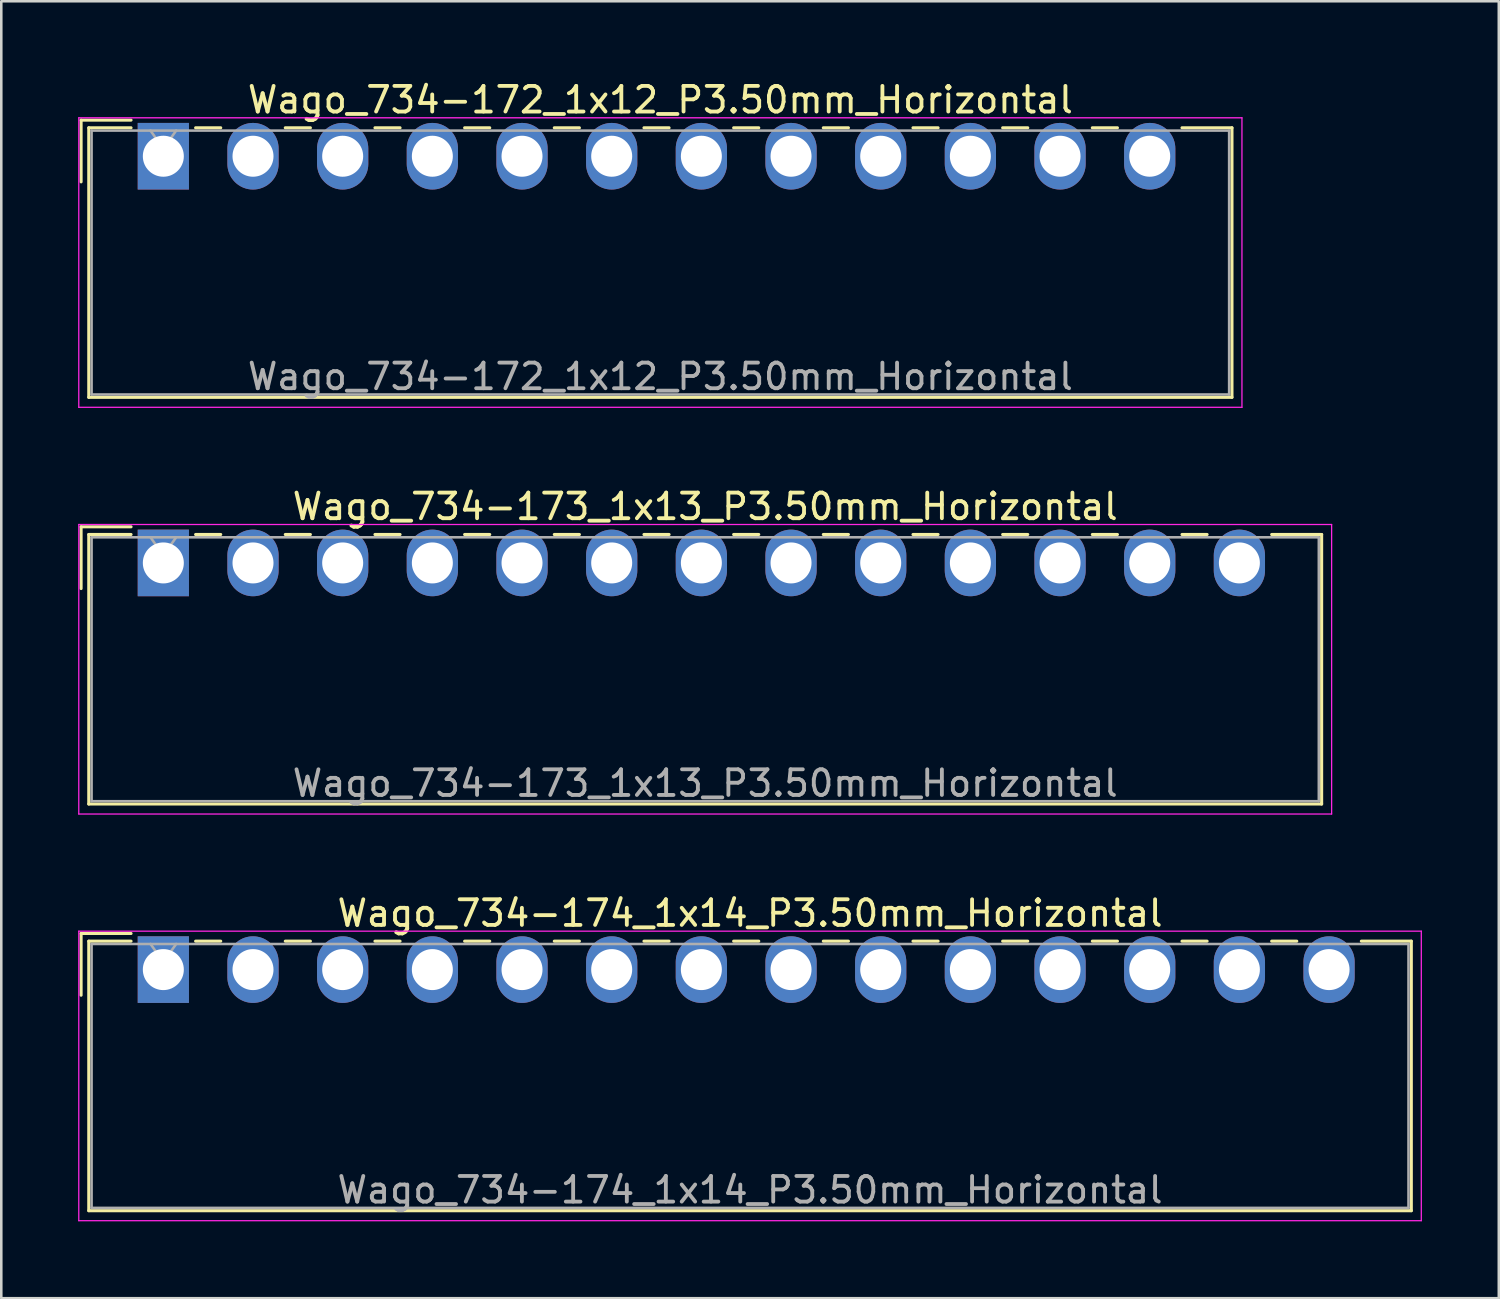
<source format=kicad_pcb>
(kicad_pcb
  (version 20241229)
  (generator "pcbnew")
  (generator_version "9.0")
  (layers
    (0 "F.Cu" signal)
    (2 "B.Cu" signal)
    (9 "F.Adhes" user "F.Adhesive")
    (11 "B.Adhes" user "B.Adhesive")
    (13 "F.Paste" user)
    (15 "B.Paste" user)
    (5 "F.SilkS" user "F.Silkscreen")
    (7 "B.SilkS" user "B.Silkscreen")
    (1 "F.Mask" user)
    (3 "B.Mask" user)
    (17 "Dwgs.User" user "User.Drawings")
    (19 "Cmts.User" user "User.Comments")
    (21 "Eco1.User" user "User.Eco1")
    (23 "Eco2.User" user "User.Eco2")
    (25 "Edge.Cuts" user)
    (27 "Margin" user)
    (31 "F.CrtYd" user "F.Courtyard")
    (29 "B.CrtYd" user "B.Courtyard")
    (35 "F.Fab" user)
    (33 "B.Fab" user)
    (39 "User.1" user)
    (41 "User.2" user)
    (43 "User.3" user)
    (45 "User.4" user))
  (footprint "Wago_734-172_1x12_P3.50mm_Horizontal"
    (layer "F.Cu")
    (at 3.325 3.048)
    (property "Reference" "Wago_734-172_1x12_P3.50mm_Horizontal" (at 19.4 -2.2 0) (layer "F.SilkS") (effects (font (size 1 1) (thickness 0.15))))
    (attr through_hole)
    (fp_line (start -3.21 -1.41) (end -1.26 -1.41) (stroke (width 0.12) (type solid)) (layer "F.SilkS"))
    (fp_line (start -3.21 1) (end -3.21 -1.41) (stroke (width 0.12) (type solid)) (layer "F.SilkS"))
    (fp_line (start -2.91 -1.11) (end -2.91 9.41) (stroke (width 0.12) (type solid)) (layer "F.SilkS"))
    (fp_line (start -2.91 9.41) (end 41.71 9.41) (stroke (width 0.12) (type solid)) (layer "F.SilkS"))
    (fp_line (start -1.26 -1.11) (end -2.91 -1.11) (stroke (width 0.12) (type solid)) (layer "F.SilkS"))
    (fp_line (start 1.26 -1.11) (end 2.24 -1.11) (stroke (width 0.12) (type solid)) (layer "F.SilkS"))
    (fp_line (start 4.76 -1.11) (end 5.74 -1.11) (stroke (width 0.12) (type solid)) (layer "F.SilkS"))
    (fp_line (start 8.26 -1.11) (end 9.24 -1.11) (stroke (width 0.12) (type solid)) (layer "F.SilkS"))
    (fp_line (start 11.76 -1.11) (end 12.74 -1.11) (stroke (width 0.12) (type solid)) (layer "F.SilkS"))
    (fp_line (start 15.26 -1.11) (end 16.24 -1.11) (stroke (width 0.12) (type solid)) (layer "F.SilkS"))
    (fp_line (start 18.76 -1.11) (end 19.74 -1.11) (stroke (width 0.12) (type solid)) (layer "F.SilkS"))
    (fp_line (start 22.26 -1.11) (end 23.24 -1.11) (stroke (width 0.12) (type solid)) (layer "F.SilkS"))
    (fp_line (start 25.76 -1.11) (end 26.74 -1.11) (stroke (width 0.12) (type solid)) (layer "F.SilkS"))
    (fp_line (start 29.26 -1.11) (end 30.24 -1.11) (stroke (width 0.12) (type solid)) (layer "F.SilkS"))
    (fp_line (start 32.76 -1.11) (end 33.74 -1.11) (stroke (width 0.12) (type solid)) (layer "F.SilkS"))
    (fp_line (start 36.26 -1.11) (end 37.24 -1.11) (stroke (width 0.12) (type solid)) (layer "F.SilkS"))
    (fp_line (start 41.71 -1.11) (end 39.76 -1.11) (stroke (width 0.12) (type solid)) (layer "F.SilkS"))
    (fp_line (start 41.71 9.41) (end 41.71 -1.11) (stroke (width 0.12) (type solid)) (layer "F.SilkS"))
    (fp_line (start -3.3 -1.5) (end -3.3 9.8) (stroke (width 0.05) (type solid)) (layer "F.CrtYd"))
    (fp_line (start -3.3 9.8) (end 42.1 9.8) (stroke (width 0.05) (type solid)) (layer "F.CrtYd"))
    (fp_line (start 42.1 -1.5) (end -3.3 -1.5) (stroke (width 0.05) (type solid)) (layer "F.CrtYd"))
    (fp_line (start 42.1 9.8) (end 42.1 -1.5) (stroke (width 0.05) (type solid)) (layer "F.CrtYd"))
    (fp_line (start -2.8 -1) (end -2.8 9.3) (stroke (width 0.1) (type solid)) (layer "F.Fab"))
    (fp_line (start -2.8 9.3) (end 41.6 9.3) (stroke (width 0.1) (type solid)) (layer "F.Fab"))
    (fp_line (start -0.5 -1) (end 0 -0.293) (stroke (width 0.1) (type solid)) (layer "F.Fab"))
    (fp_line (start 0 -0.293) (end 0.5 -1) (stroke (width 0.1) (type solid)) (layer "F.Fab"))
    (fp_line (start 41.6 -1) (end -2.8 -1) (stroke (width 0.1) (type solid)) (layer "F.Fab"))
    (fp_line (start 41.6 9.3) (end 41.6 -1) (stroke (width 0.1) (type solid)) (layer "F.Fab"))
    (fp_text user "${REFERENCE}" (at 19.4 8.6 0) (layer "F.Fab") (effects (font (size 1 1) (thickness 0.15))))
    (pad "1" thru_hole rect (at 0 0) (size 2 2.6) (drill 1.6) (layers "*.Cu" "*.Mask"))
    (pad "2" thru_hole oval (at 3.5 0) (size 2 2.6) (drill 1.6) (layers "*.Cu" "*.Mask"))
    (pad "3" thru_hole oval (at 7 0) (size 2 2.6) (drill 1.6) (layers "*.Cu" "*.Mask"))
    (pad "4" thru_hole oval (at 10.5 0) (size 2 2.6) (drill 1.6) (layers "*.Cu" "*.Mask"))
    (pad "5" thru_hole oval (at 14 0) (size 2 2.6) (drill 1.6) (layers "*.Cu" "*.Mask"))
    (pad "6" thru_hole oval (at 17.5 0) (size 2 2.6) (drill 1.6) (layers "*.Cu" "*.Mask"))
    (pad "7" thru_hole oval (at 21 0) (size 2 2.6) (drill 1.6) (layers "*.Cu" "*.Mask"))
    (pad "8" thru_hole oval (at 24.5 0) (size 2 2.6) (drill 1.6) (layers "*.Cu" "*.Mask"))
    (pad "9" thru_hole oval (at 28 0) (size 2 2.6) (drill 1.6) (layers "*.Cu" "*.Mask"))
    (pad "10" thru_hole oval (at 31.5 0) (size 2 2.6) (drill 1.6) (layers "*.Cu" "*.Mask"))
    (pad "11" thru_hole oval (at 35 0) (size 2 2.6) (drill 1.6) (layers "*.Cu" "*.Mask"))
    (pad "12" thru_hole oval (at 38.5 0) (size 2 2.6) (drill 1.6) (layers "*.Cu" "*.Mask")))
  (footprint "Wago_734-173_1x13_P3.50mm_Horizontal"
    (layer "F.Cu")
    (at 3.325 18.922)
    (property "Reference" "Wago_734-173_1x13_P3.50mm_Horizontal" (at 21.15 -2.2 0) (layer "F.SilkS") (effects (font (size 1 1) (thickness 0.15))))
    (attr through_hole)
    (fp_line (start -3.21 -1.41) (end -1.26 -1.41) (stroke (width 0.12) (type solid)) (layer "F.SilkS"))
    (fp_line (start -3.21 1) (end -3.21 -1.41) (stroke (width 0.12) (type solid)) (layer "F.SilkS"))
    (fp_line (start -2.91 -1.11) (end -2.91 9.41) (stroke (width 0.12) (type solid)) (layer "F.SilkS"))
    (fp_line (start -2.91 9.41) (end 45.21 9.41) (stroke (width 0.12) (type solid)) (layer "F.SilkS"))
    (fp_line (start -1.26 -1.11) (end -2.91 -1.11) (stroke (width 0.12) (type solid)) (layer "F.SilkS"))
    (fp_line (start 1.26 -1.11) (end 2.24 -1.11) (stroke (width 0.12) (type solid)) (layer "F.SilkS"))
    (fp_line (start 4.76 -1.11) (end 5.74 -1.11) (stroke (width 0.12) (type solid)) (layer "F.SilkS"))
    (fp_line (start 8.26 -1.11) (end 9.24 -1.11) (stroke (width 0.12) (type solid)) (layer "F.SilkS"))
    (fp_line (start 11.76 -1.11) (end 12.74 -1.11) (stroke (width 0.12) (type solid)) (layer "F.SilkS"))
    (fp_line (start 15.26 -1.11) (end 16.24 -1.11) (stroke (width 0.12) (type solid)) (layer "F.SilkS"))
    (fp_line (start 18.76 -1.11) (end 19.74 -1.11) (stroke (width 0.12) (type solid)) (layer "F.SilkS"))
    (fp_line (start 22.26 -1.11) (end 23.24 -1.11) (stroke (width 0.12) (type solid)) (layer "F.SilkS"))
    (fp_line (start 25.76 -1.11) (end 26.74 -1.11) (stroke (width 0.12) (type solid)) (layer "F.SilkS"))
    (fp_line (start 29.26 -1.11) (end 30.24 -1.11) (stroke (width 0.12) (type solid)) (layer "F.SilkS"))
    (fp_line (start 32.76 -1.11) (end 33.74 -1.11) (stroke (width 0.12) (type solid)) (layer "F.SilkS"))
    (fp_line (start 36.26 -1.11) (end 37.24 -1.11) (stroke (width 0.12) (type solid)) (layer "F.SilkS"))
    (fp_line (start 39.76 -1.11) (end 40.74 -1.11) (stroke (width 0.12) (type solid)) (layer "F.SilkS"))
    (fp_line (start 45.21 -1.11) (end 43.26 -1.11) (stroke (width 0.12) (type solid)) (layer "F.SilkS"))
    (fp_line (start 45.21 9.41) (end 45.21 -1.11) (stroke (width 0.12) (type solid)) (layer "F.SilkS"))
    (fp_line (start -3.3 -1.5) (end -3.3 9.8) (stroke (width 0.05) (type solid)) (layer "F.CrtYd"))
    (fp_line (start -3.3 9.8) (end 45.6 9.8) (stroke (width 0.05) (type solid)) (layer "F.CrtYd"))
    (fp_line (start 45.6 -1.5) (end -3.3 -1.5) (stroke (width 0.05) (type solid)) (layer "F.CrtYd"))
    (fp_line (start 45.6 9.8) (end 45.6 -1.5) (stroke (width 0.05) (type solid)) (layer "F.CrtYd"))
    (fp_line (start -2.8 -1) (end -2.8 9.3) (stroke (width 0.1) (type solid)) (layer "F.Fab"))
    (fp_line (start -2.8 9.3) (end 45.1 9.3) (stroke (width 0.1) (type solid)) (layer "F.Fab"))
    (fp_line (start -0.5 -1) (end 0 -0.293) (stroke (width 0.1) (type solid)) (layer "F.Fab"))
    (fp_line (start 0 -0.293) (end 0.5 -1) (stroke (width 0.1) (type solid)) (layer "F.Fab"))
    (fp_line (start 45.1 -1) (end -2.8 -1) (stroke (width 0.1) (type solid)) (layer "F.Fab"))
    (fp_line (start 45.1 9.3) (end 45.1 -1) (stroke (width 0.1) (type solid)) (layer "F.Fab"))
    (fp_text user "${REFERENCE}" (at 21.15 8.6 0) (layer "F.Fab") (effects (font (size 1 1) (thickness 0.15))))
    (pad "1" thru_hole rect (at 0 0) (size 2 2.6) (drill 1.6) (layers "*.Cu" "*.Mask"))
    (pad "2" thru_hole oval (at 3.5 0) (size 2 2.6) (drill 1.6) (layers "*.Cu" "*.Mask"))
    (pad "3" thru_hole oval (at 7 0) (size 2 2.6) (drill 1.6) (layers "*.Cu" "*.Mask"))
    (pad "4" thru_hole oval (at 10.5 0) (size 2 2.6) (drill 1.6) (layers "*.Cu" "*.Mask"))
    (pad "5" thru_hole oval (at 14 0) (size 2 2.6) (drill 1.6) (layers "*.Cu" "*.Mask"))
    (pad "6" thru_hole oval (at 17.5 0) (size 2 2.6) (drill 1.6) (layers "*.Cu" "*.Mask"))
    (pad "7" thru_hole oval (at 21 0) (size 2 2.6) (drill 1.6) (layers "*.Cu" "*.Mask"))
    (pad "8" thru_hole oval (at 24.5 0) (size 2 2.6) (drill 1.6) (layers "*.Cu" "*.Mask"))
    (pad "9" thru_hole oval (at 28 0) (size 2 2.6) (drill 1.6) (layers "*.Cu" "*.Mask"))
    (pad "10" thru_hole oval (at 31.5 0) (size 2 2.6) (drill 1.6) (layers "*.Cu" "*.Mask"))
    (pad "11" thru_hole oval (at 35 0) (size 2 2.6) (drill 1.6) (layers "*.Cu" "*.Mask"))
    (pad "12" thru_hole oval (at 38.5 0) (size 2 2.6) (drill 1.6) (layers "*.Cu" "*.Mask"))
    (pad "13" thru_hole oval (at 42 0) (size 2 2.6) (drill 1.6) (layers "*.Cu" "*.Mask")))
  (footprint "Wago_734-174_1x14_P3.50mm_Horizontal"
    (layer "F.Cu")
    (at 3.325 34.795)
    (property "Reference" "Wago_734-174_1x14_P3.50mm_Horizontal" (at 22.9 -2.2 0) (layer "F.SilkS") (effects (font (size 1 1) (thickness 0.15))))
    (attr through_hole)
    (fp_line (start -3.21 -1.41) (end -1.26 -1.41) (stroke (width 0.12) (type solid)) (layer "F.SilkS"))
    (fp_line (start -3.21 1) (end -3.21 -1.41) (stroke (width 0.12) (type solid)) (layer "F.SilkS"))
    (fp_line (start -2.91 -1.11) (end -2.91 9.41) (stroke (width 0.12) (type solid)) (layer "F.SilkS"))
    (fp_line (start -2.91 9.41) (end 48.71 9.41) (stroke (width 0.12) (type solid)) (layer "F.SilkS"))
    (fp_line (start -1.26 -1.11) (end -2.91 -1.11) (stroke (width 0.12) (type solid)) (layer "F.SilkS"))
    (fp_line (start 1.26 -1.11) (end 2.24 -1.11) (stroke (width 0.12) (type solid)) (layer "F.SilkS"))
    (fp_line (start 4.76 -1.11) (end 5.74 -1.11) (stroke (width 0.12) (type solid)) (layer "F.SilkS"))
    (fp_line (start 8.26 -1.11) (end 9.24 -1.11) (stroke (width 0.12) (type solid)) (layer "F.SilkS"))
    (fp_line (start 11.76 -1.11) (end 12.74 -1.11) (stroke (width 0.12) (type solid)) (layer "F.SilkS"))
    (fp_line (start 15.26 -1.11) (end 16.24 -1.11) (stroke (width 0.12) (type solid)) (layer "F.SilkS"))
    (fp_line (start 18.76 -1.11) (end 19.74 -1.11) (stroke (width 0.12) (type solid)) (layer "F.SilkS"))
    (fp_line (start 22.26 -1.11) (end 23.24 -1.11) (stroke (width 0.12) (type solid)) (layer "F.SilkS"))
    (fp_line (start 25.76 -1.11) (end 26.74 -1.11) (stroke (width 0.12) (type solid)) (layer "F.SilkS"))
    (fp_line (start 29.26 -1.11) (end 30.24 -1.11) (stroke (width 0.12) (type solid)) (layer "F.SilkS"))
    (fp_line (start 32.76 -1.11) (end 33.74 -1.11) (stroke (width 0.12) (type solid)) (layer "F.SilkS"))
    (fp_line (start 36.26 -1.11) (end 37.24 -1.11) (stroke (width 0.12) (type solid)) (layer "F.SilkS"))
    (fp_line (start 39.76 -1.11) (end 40.74 -1.11) (stroke (width 0.12) (type solid)) (layer "F.SilkS"))
    (fp_line (start 43.26 -1.11) (end 44.24 -1.11) (stroke (width 0.12) (type solid)) (layer "F.SilkS"))
    (fp_line (start 48.71 -1.11) (end 46.76 -1.11) (stroke (width 0.12) (type solid)) (layer "F.SilkS"))
    (fp_line (start 48.71 9.41) (end 48.71 -1.11) (stroke (width 0.12) (type solid)) (layer "F.SilkS"))
    (fp_line (start -3.3 -1.5) (end -3.3 9.8) (stroke (width 0.05) (type solid)) (layer "F.CrtYd"))
    (fp_line (start -3.3 9.8) (end 49.1 9.8) (stroke (width 0.05) (type solid)) (layer "F.CrtYd"))
    (fp_line (start 49.1 -1.5) (end -3.3 -1.5) (stroke (width 0.05) (type solid)) (layer "F.CrtYd"))
    (fp_line (start 49.1 9.8) (end 49.1 -1.5) (stroke (width 0.05) (type solid)) (layer "F.CrtYd"))
    (fp_line (start -2.8 -1) (end -2.8 9.3) (stroke (width 0.1) (type solid)) (layer "F.Fab"))
    (fp_line (start -2.8 9.3) (end 48.6 9.3) (stroke (width 0.1) (type solid)) (layer "F.Fab"))
    (fp_line (start -0.5 -1) (end 0 -0.293) (stroke (width 0.1) (type solid)) (layer "F.Fab"))
    (fp_line (start 0 -0.293) (end 0.5 -1) (stroke (width 0.1) (type solid)) (layer "F.Fab"))
    (fp_line (start 48.6 -1) (end -2.8 -1) (stroke (width 0.1) (type solid)) (layer "F.Fab"))
    (fp_line (start 48.6 9.3) (end 48.6 -1) (stroke (width 0.1) (type solid)) (layer "F.Fab"))
    (fp_text user "${REFERENCE}" (at 22.9 8.6 0) (layer "F.Fab") (effects (font (size 1 1) (thickness 0.15))))
    (pad "1" thru_hole rect (at 0 0) (size 2 2.6) (drill 1.6) (layers "*.Cu" "*.Mask"))
    (pad "2" thru_hole oval (at 3.5 0) (size 2 2.6) (drill 1.6) (layers "*.Cu" "*.Mask"))
    (pad "3" thru_hole oval (at 7 0) (size 2 2.6) (drill 1.6) (layers "*.Cu" "*.Mask"))
    (pad "4" thru_hole oval (at 10.5 0) (size 2 2.6) (drill 1.6) (layers "*.Cu" "*.Mask"))
    (pad "5" thru_hole oval (at 14 0) (size 2 2.6) (drill 1.6) (layers "*.Cu" "*.Mask"))
    (pad "6" thru_hole oval (at 17.5 0) (size 2 2.6) (drill 1.6) (layers "*.Cu" "*.Mask"))
    (pad "7" thru_hole oval (at 21 0) (size 2 2.6) (drill 1.6) (layers "*.Cu" "*.Mask"))
    (pad "8" thru_hole oval (at 24.5 0) (size 2 2.6) (drill 1.6) (layers "*.Cu" "*.Mask"))
    (pad "9" thru_hole oval (at 28 0) (size 2 2.6) (drill 1.6) (layers "*.Cu" "*.Mask"))
    (pad "10" thru_hole oval (at 31.5 0) (size 2 2.6) (drill 1.6) (layers "*.Cu" "*.Mask"))
    (pad "11" thru_hole oval (at 35 0) (size 2 2.6) (drill 1.6) (layers "*.Cu" "*.Mask"))
    (pad "12" thru_hole oval (at 38.5 0) (size 2 2.6) (drill 1.6) (layers "*.Cu" "*.Mask"))
    (pad "13" thru_hole oval (at 42 0) (size 2 2.6) (drill 1.6) (layers "*.Cu" "*.Mask"))
    (pad "14" thru_hole oval (at 45.5 0) (size 2 2.6) (drill 1.6) (layers "*.Cu" "*.Mask")))
  (gr_rect
    (start -3 -3)
    (end 55.45 47.62)
    (stroke (width 0.1) (type default))
    (fill no)
    (layer "Edge.Cuts")))
</source>
